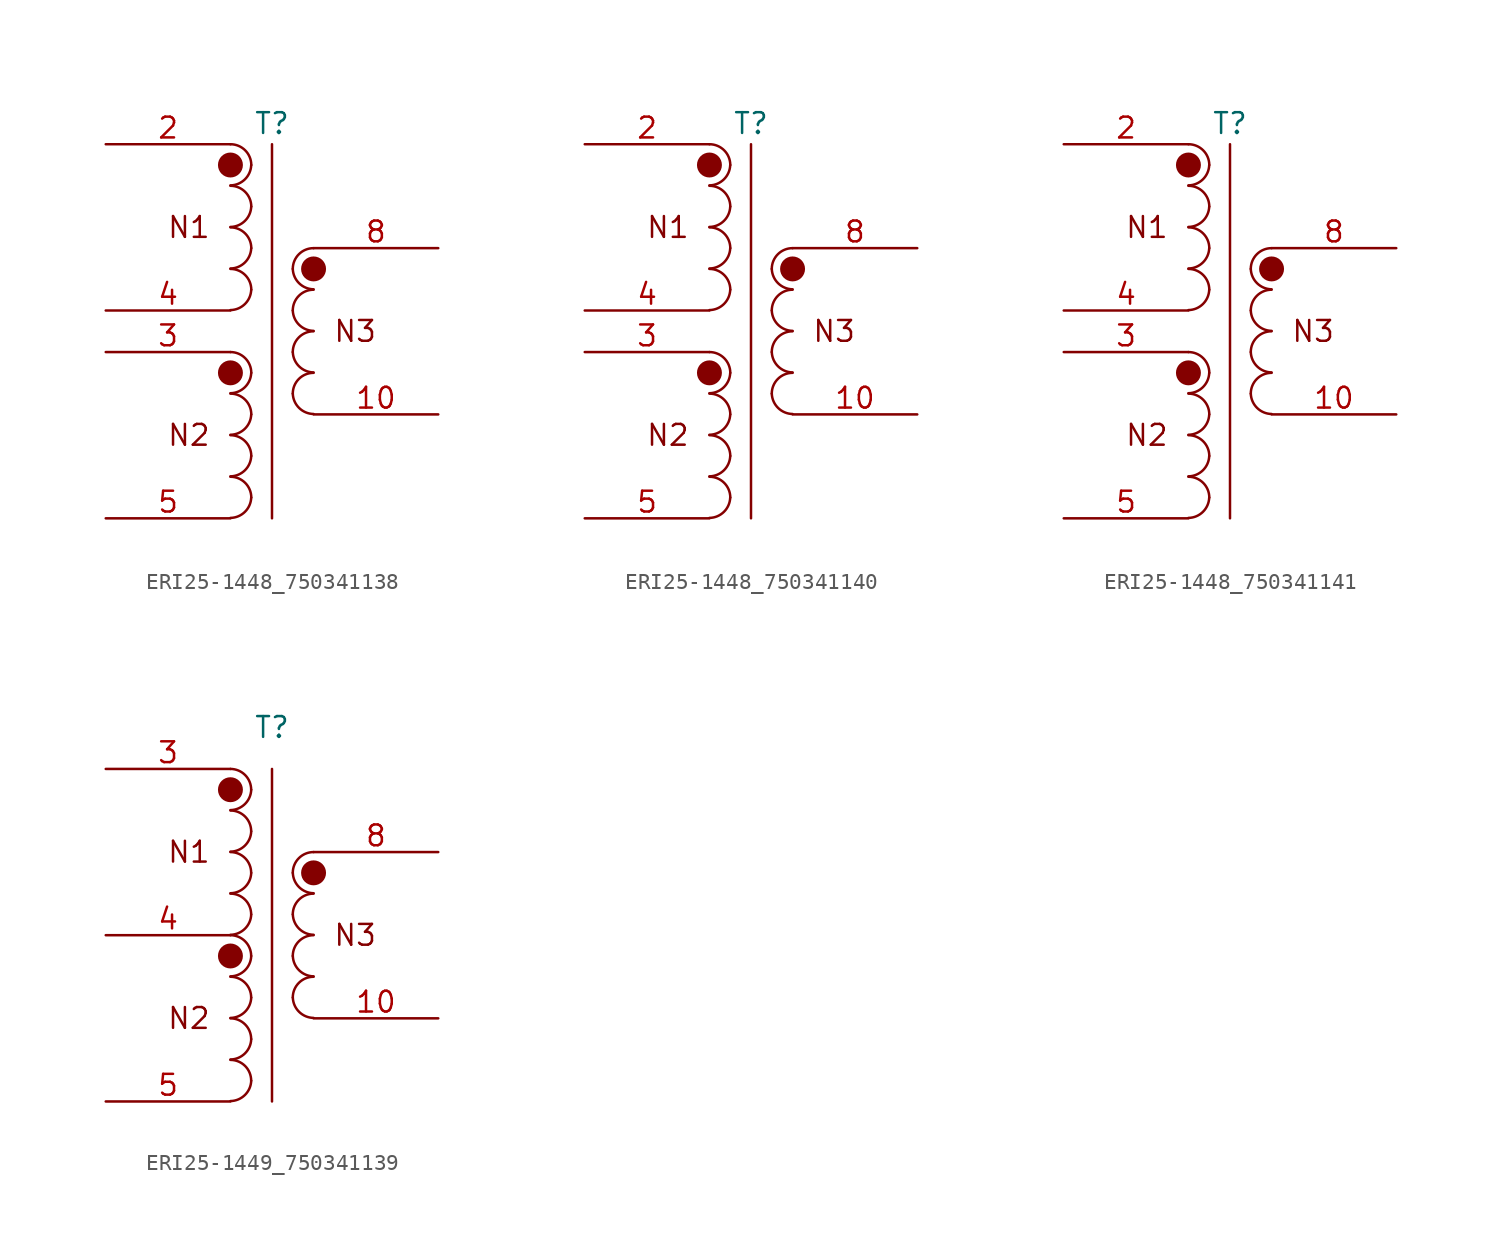
<source format=kicad_sym>
(kicad_symbol_lib
  (version 20220914)
  (generator kicad_symbol_editor)
  (symbol "ERI25-1448_750341138"
    (pin_names hide)
    (property "Reference" "T"
      (at 0 12.7 0)
      (effects (font (size 1.27 1.27))))
    (property "Critical Parameter" ""
      (at 0 -5.08 0)
      (effects (font (size 1.27 1.27))))
    (symbol "ERI25-1448_750341138_0_1"
      (arc (start -2.54 -11.4046) (mid -1.6561 -11.0363) (end -1.27 -10.16) (stroke (width 0) (type default)) (fill (type none)))
      (arc (start -2.54 -8.8646) (mid -1.6561 -8.4963) (end -1.27 -7.62) (stroke (width 0) (type default)) (fill (type none)))
      (arc (start -2.54 -6.3246) (mid -1.6561 -5.9563) (end -1.27 -5.08) (stroke (width 0) (type default)) (fill (type none)))
      (arc (start -2.54 -3.7846) (mid -1.6561 -3.4163) (end -1.27 -2.54) (stroke (width 0) (type default)) (fill (type none)))
      (arc (start -2.54 1.2954) (mid -1.6561 1.6637) (end -1.27 2.54) (stroke (width 0) (type default)) (fill (type none)))
      (arc (start -2.54 3.8354) (mid -1.6561 4.2037) (end -1.27 5.08) (stroke (width 0) (type default)) (fill (type none)))
      (arc (start -2.54 6.3754) (mid -1.6561 6.7437) (end -1.27 7.62) (stroke (width 0) (type default)) (fill (type none)))
      (arc (start -2.54 8.9154) (mid -1.6561 9.2837) (end -1.27 10.16) (stroke (width 0) (type default)) (fill (type none)))
      (arc (start -1.27 -10.16) (mid -1.642 -9.262) (end -2.54 -8.89) (stroke (width 0) (type default)) (fill (type none)))
      (arc (start -1.27 -7.62) (mid -1.642 -6.722) (end -2.54 -6.35) (stroke (width 0) (type default)) (fill (type none)))
      (arc (start -1.27 -5.08) (mid -1.642 -4.182) (end -2.54 -3.81) (stroke (width 0) (type default)) (fill (type none)))
      (arc (start -1.27 -2.54) (mid -1.642 -1.642) (end -2.54 -1.27) (stroke (width 0) (type default)) (fill (type none)))
      (arc (start -1.27 2.54) (mid -1.642 3.438) (end -2.54 3.81) (stroke (width 0) (type default)) (fill (type none)))
      (arc (start -1.27 5.08) (mid -1.642 5.978) (end -2.54 6.35) (stroke (width 0) (type default)) (fill (type none)))
      (arc (start -1.27 7.62) (mid -1.642 8.518) (end -2.54 8.89) (stroke (width 0) (type default)) (fill (type none)))
      (arc (start -1.27 10.16) (mid -1.642 11.058) (end -2.54 11.43) (stroke (width 0) (type default)) (fill (type none)))
      (polyline (pts (xy 0 -11.43) (xy 0 11.43)) (stroke (width 0) (type default)) (fill (type none)))
      (arc (start 1.27 -3.81) (mid 1.6561 -4.6863) (end 2.54 -5.0546) (stroke (width 0) (type default)) (fill (type none)))
      (arc (start 1.27 -1.27) (mid 1.6561 -2.1463) (end 2.54 -2.5146) (stroke (width 0) (type default)) (fill (type none)))
      (arc (start 1.27 1.27) (mid 1.6561 0.3937) (end 2.54 0.0254) (stroke (width 0) (type default)) (fill (type none)))
      (arc (start 1.27 3.81) (mid 1.6561 2.9337) (end 2.54 2.5654) (stroke (width 0) (type default)) (fill (type none)))
      (arc (start 2.54 -2.54) (mid 1.642 -2.912) (end 1.27 -3.81) (stroke (width 0) (type default)) (fill (type none)))
      (arc (start 2.54 0) (mid 1.642 -0.372) (end 1.27 -1.27) (stroke (width 0) (type default)) (fill (type none)))
      (arc (start 2.54 2.54) (mid 1.642 2.168) (end 1.27 1.27) (stroke (width 0) (type default)) (fill (type none)))
      (arc (start 2.54 5.08) (mid 1.642 4.708) (end 1.27 3.81) (stroke (width 0) (type default)) (fill (type none))))
    (symbol "ERI25-1448_750341138_1_1"
      (circle (center -2.54 -2.54) (radius 0.0001) (stroke (width 0.762) (type default)) (fill (type none)))
      (circle (center -2.54 10.16) (radius 0.0001) (stroke (width 0.762) (type default)) (fill (type none)))
      (circle (center 2.54 3.81) (radius 0.0001) (stroke (width 0.762) (type default)) (fill (type none)))
      (text "N1" (at -5.08 6.35 0) (effects (font (size 1.27 1.27))))
      (text "N2" (at -5.08 -6.35 0) (effects (font (size 1.27 1.27))))
      (text "N3" (at 5.08 0 0) (effects (font (size 1.27 1.27))))
      (pin passive line (at 10.16 -5.08 180) (length 7.62) (name "10" (effects (font (size 1.27 1.27)))) (number "10" (effects (font (size 1.27 1.27)))))
      (pin passive line (at -10.16 11.43 0) (length 7.62) (name "2" (effects (font (size 1.27 1.27)))) (number "2" (effects (font (size 1.27 1.27)))))
      (pin passive line (at -10.16 -1.27 0) (length 7.62) (name "3" (effects (font (size 1.27 1.27)))) (number "3" (effects (font (size 1.27 1.27)))))
      (pin passive line (at -10.16 1.27 0) (length 7.62) (name "4" (effects (font (size 1.27 1.27)))) (number "4" (effects (font (size 1.27 1.27)))))
      (pin passive line (at -10.16 -11.43 0) (length 7.62) (name "5" (effects (font (size 1.27 1.27)))) (number "5" (effects (font (size 1.27 1.27)))))
      (pin passive line (at 10.16 5.08 180) (length 7.62) (name "8" (effects (font (size 1.27 1.27)))) (number "8" (effects (font (size 1.27 1.27)))))))
  (symbol "ERI25-1448_750341140"
    (pin_names hide)
    (property "Reference" "T"
      (at 0 12.7 0)
      (effects (font (size 1.27 1.27))))
    (property "Critical Parameter" ""
      (at 0 -5.08 0)
      (effects (font (size 1.27 1.27))))
    (symbol "ERI25-1448_750341140_0_1"
      (arc (start -2.54 -11.4046) (mid -1.6561 -11.0363) (end -1.27 -10.16) (stroke (width 0) (type default)) (fill (type none)))
      (arc (start -2.54 -8.8646) (mid -1.6561 -8.4963) (end -1.27 -7.62) (stroke (width 0) (type default)) (fill (type none)))
      (arc (start -2.54 -6.3246) (mid -1.6561 -5.9563) (end -1.27 -5.08) (stroke (width 0) (type default)) (fill (type none)))
      (arc (start -2.54 -3.7846) (mid -1.6561 -3.4163) (end -1.27 -2.54) (stroke (width 0) (type default)) (fill (type none)))
      (arc (start -2.54 1.2954) (mid -1.6561 1.6637) (end -1.27 2.54) (stroke (width 0) (type default)) (fill (type none)))
      (arc (start -2.54 3.8354) (mid -1.6561 4.2037) (end -1.27 5.08) (stroke (width 0) (type default)) (fill (type none)))
      (arc (start -2.54 6.3754) (mid -1.6561 6.7437) (end -1.27 7.62) (stroke (width 0) (type default)) (fill (type none)))
      (arc (start -2.54 8.9154) (mid -1.6561 9.2837) (end -1.27 10.16) (stroke (width 0) (type default)) (fill (type none)))
      (arc (start -1.27 -10.16) (mid -1.642 -9.262) (end -2.54 -8.89) (stroke (width 0) (type default)) (fill (type none)))
      (arc (start -1.27 -7.62) (mid -1.642 -6.722) (end -2.54 -6.35) (stroke (width 0) (type default)) (fill (type none)))
      (arc (start -1.27 -5.08) (mid -1.642 -4.182) (end -2.54 -3.81) (stroke (width 0) (type default)) (fill (type none)))
      (arc (start -1.27 -2.54) (mid -1.642 -1.642) (end -2.54 -1.27) (stroke (width 0) (type default)) (fill (type none)))
      (arc (start -1.27 2.54) (mid -1.642 3.438) (end -2.54 3.81) (stroke (width 0) (type default)) (fill (type none)))
      (arc (start -1.27 5.08) (mid -1.642 5.978) (end -2.54 6.35) (stroke (width 0) (type default)) (fill (type none)))
      (arc (start -1.27 7.62) (mid -1.642 8.518) (end -2.54 8.89) (stroke (width 0) (type default)) (fill (type none)))
      (arc (start -1.27 10.16) (mid -1.642 11.058) (end -2.54 11.43) (stroke (width 0) (type default)) (fill (type none)))
      (polyline (pts (xy 0 -11.43) (xy 0 11.43)) (stroke (width 0) (type default)) (fill (type none)))
      (arc (start 1.27 -3.81) (mid 1.6561 -4.6863) (end 2.54 -5.0546) (stroke (width 0) (type default)) (fill (type none)))
      (arc (start 1.27 -1.27) (mid 1.6561 -2.1463) (end 2.54 -2.5146) (stroke (width 0) (type default)) (fill (type none)))
      (arc (start 1.27 1.27) (mid 1.6561 0.3937) (end 2.54 0.0254) (stroke (width 0) (type default)) (fill (type none)))
      (arc (start 1.27 3.81) (mid 1.6561 2.9337) (end 2.54 2.5654) (stroke (width 0) (type default)) (fill (type none)))
      (arc (start 2.54 -2.54) (mid 1.642 -2.912) (end 1.27 -3.81) (stroke (width 0) (type default)) (fill (type none)))
      (arc (start 2.54 0) (mid 1.642 -0.372) (end 1.27 -1.27) (stroke (width 0) (type default)) (fill (type none)))
      (arc (start 2.54 2.54) (mid 1.642 2.168) (end 1.27 1.27) (stroke (width 0) (type default)) (fill (type none)))
      (arc (start 2.54 5.08) (mid 1.642 4.708) (end 1.27 3.81) (stroke (width 0) (type default)) (fill (type none))))
    (symbol "ERI25-1448_750341140_1_1"
      (circle (center -2.54 -2.54) (radius 0.0001) (stroke (width 0.762) (type default)) (fill (type none)))
      (circle (center -2.54 10.16) (radius 0.0001) (stroke (width 0.762) (type default)) (fill (type none)))
      (circle (center 2.54 3.81) (radius 0.0001) (stroke (width 0.762) (type default)) (fill (type none)))
      (text "N1" (at -5.08 6.35 0) (effects (font (size 1.27 1.27))))
      (text "N2" (at -5.08 -6.35 0) (effects (font (size 1.27 1.27))))
      (text "N3" (at 5.08 0 0) (effects (font (size 1.27 1.27))))
      (pin passive line (at 10.16 -5.08 180) (length 7.62) (name "10" (effects (font (size 1.27 1.27)))) (number "10" (effects (font (size 1.27 1.27)))))
      (pin passive line (at -10.16 11.43 0) (length 7.62) (name "2" (effects (font (size 1.27 1.27)))) (number "2" (effects (font (size 1.27 1.27)))))
      (pin passive line (at -10.16 -1.27 0) (length 7.62) (name "3" (effects (font (size 1.27 1.27)))) (number "3" (effects (font (size 1.27 1.27)))))
      (pin passive line (at -10.16 1.27 0) (length 7.62) (name "4" (effects (font (size 1.27 1.27)))) (number "4" (effects (font (size 1.27 1.27)))))
      (pin passive line (at -10.16 -11.43 0) (length 7.62) (name "5" (effects (font (size 1.27 1.27)))) (number "5" (effects (font (size 1.27 1.27)))))
      (pin passive line (at 10.16 5.08 180) (length 7.62) (name "8" (effects (font (size 1.27 1.27)))) (number "8" (effects (font (size 1.27 1.27)))))))
  (symbol "ERI25-1448_750341141"
    (pin_names hide)
    (property "Reference" "T"
      (at 0 12.7 0)
      (effects (font (size 1.27 1.27))))
    (property "Critical Parameter" ""
      (at 0 -5.08 0)
      (effects (font (size 1.27 1.27))))
    (symbol "ERI25-1448_750341141_0_1"
      (arc (start -2.54 -11.4046) (mid -1.6561 -11.0363) (end -1.27 -10.16) (stroke (width 0) (type default)) (fill (type none)))
      (arc (start -2.54 -8.8646) (mid -1.6561 -8.4963) (end -1.27 -7.62) (stroke (width 0) (type default)) (fill (type none)))
      (arc (start -2.54 -6.3246) (mid -1.6561 -5.9563) (end -1.27 -5.08) (stroke (width 0) (type default)) (fill (type none)))
      (arc (start -2.54 -3.7846) (mid -1.6561 -3.4163) (end -1.27 -2.54) (stroke (width 0) (type default)) (fill (type none)))
      (arc (start -2.54 1.2954) (mid -1.6561 1.6637) (end -1.27 2.54) (stroke (width 0) (type default)) (fill (type none)))
      (arc (start -2.54 3.8354) (mid -1.6561 4.2037) (end -1.27 5.08) (stroke (width 0) (type default)) (fill (type none)))
      (arc (start -2.54 6.3754) (mid -1.6561 6.7437) (end -1.27 7.62) (stroke (width 0) (type default)) (fill (type none)))
      (arc (start -2.54 8.9154) (mid -1.6561 9.2837) (end -1.27 10.16) (stroke (width 0) (type default)) (fill (type none)))
      (arc (start -1.27 -10.16) (mid -1.642 -9.262) (end -2.54 -8.89) (stroke (width 0) (type default)) (fill (type none)))
      (arc (start -1.27 -7.62) (mid -1.642 -6.722) (end -2.54 -6.35) (stroke (width 0) (type default)) (fill (type none)))
      (arc (start -1.27 -5.08) (mid -1.642 -4.182) (end -2.54 -3.81) (stroke (width 0) (type default)) (fill (type none)))
      (arc (start -1.27 -2.54) (mid -1.642 -1.642) (end -2.54 -1.27) (stroke (width 0) (type default)) (fill (type none)))
      (arc (start -1.27 2.54) (mid -1.642 3.438) (end -2.54 3.81) (stroke (width 0) (type default)) (fill (type none)))
      (arc (start -1.27 5.08) (mid -1.642 5.978) (end -2.54 6.35) (stroke (width 0) (type default)) (fill (type none)))
      (arc (start -1.27 7.62) (mid -1.642 8.518) (end -2.54 8.89) (stroke (width 0) (type default)) (fill (type none)))
      (arc (start -1.27 10.16) (mid -1.642 11.058) (end -2.54 11.43) (stroke (width 0) (type default)) (fill (type none)))
      (polyline (pts (xy 0 -11.43) (xy 0 11.43)) (stroke (width 0) (type default)) (fill (type none)))
      (arc (start 1.27 -3.81) (mid 1.6561 -4.6863) (end 2.54 -5.0546) (stroke (width 0) (type default)) (fill (type none)))
      (arc (start 1.27 -1.27) (mid 1.6561 -2.1463) (end 2.54 -2.5146) (stroke (width 0) (type default)) (fill (type none)))
      (arc (start 1.27 1.27) (mid 1.6561 0.3937) (end 2.54 0.0254) (stroke (width 0) (type default)) (fill (type none)))
      (arc (start 1.27 3.81) (mid 1.6561 2.9337) (end 2.54 2.5654) (stroke (width 0) (type default)) (fill (type none)))
      (arc (start 2.54 -2.54) (mid 1.642 -2.912) (end 1.27 -3.81) (stroke (width 0) (type default)) (fill (type none)))
      (arc (start 2.54 0) (mid 1.642 -0.372) (end 1.27 -1.27) (stroke (width 0) (type default)) (fill (type none)))
      (arc (start 2.54 2.54) (mid 1.642 2.168) (end 1.27 1.27) (stroke (width 0) (type default)) (fill (type none)))
      (arc (start 2.54 5.08) (mid 1.642 4.708) (end 1.27 3.81) (stroke (width 0) (type default)) (fill (type none))))
    (symbol "ERI25-1448_750341141_1_1"
      (circle (center -2.54 -2.54) (radius 0.0001) (stroke (width 0.762) (type default)) (fill (type none)))
      (circle (center -2.54 10.16) (radius 0.0001) (stroke (width 0.762) (type default)) (fill (type none)))
      (circle (center 2.54 3.81) (radius 0.0001) (stroke (width 0.762) (type default)) (fill (type none)))
      (text "N1" (at -5.08 6.35 0) (effects (font (size 1.27 1.27))))
      (text "N2" (at -5.08 -6.35 0) (effects (font (size 1.27 1.27))))
      (text "N3" (at 5.08 0 0) (effects (font (size 1.27 1.27))))
      (pin passive line (at 10.16 -5.08 180) (length 7.62) (name "10" (effects (font (size 1.27 1.27)))) (number "10" (effects (font (size 1.27 1.27)))))
      (pin passive line (at -10.16 11.43 0) (length 7.62) (name "2" (effects (font (size 1.27 1.27)))) (number "2" (effects (font (size 1.27 1.27)))))
      (pin passive line (at -10.16 -1.27 0) (length 7.62) (name "3" (effects (font (size 1.27 1.27)))) (number "3" (effects (font (size 1.27 1.27)))))
      (pin passive line (at -10.16 1.27 0) (length 7.62) (name "4" (effects (font (size 1.27 1.27)))) (number "4" (effects (font (size 1.27 1.27)))))
      (pin passive line (at -10.16 -11.43 0) (length 7.62) (name "5" (effects (font (size 1.27 1.27)))) (number "5" (effects (font (size 1.27 1.27)))))
      (pin passive line (at 10.16 5.08 180) (length 7.62) (name "8" (effects (font (size 1.27 1.27)))) (number "8" (effects (font (size 1.27 1.27)))))))
  (symbol "ERI25-1449_750341139"
    (pin_names hide)
    (property "Reference" "T"
      (at 0 12.7 0)
      (effects (font (size 1.27 1.27))))
    (property "Critical Parameter" ""
      (at 0 -5.08 0)
      (effects (font (size 1.27 1.27))))
    (symbol "ERI25-1449_750341139_0_1"
      (arc (start -2.54 -10.1346) (mid -1.6561 -9.7663) (end -1.27 -8.89) (stroke (width 0) (type default)) (fill (type none)))
      (arc (start -2.54 -7.5946) (mid -1.6561 -7.2263) (end -1.27 -6.35) (stroke (width 0) (type default)) (fill (type none)))
      (arc (start -2.54 -5.0546) (mid -1.6561 -4.6863) (end -1.27 -3.81) (stroke (width 0) (type default)) (fill (type none)))
      (arc (start -2.54 -2.5146) (mid -1.6561 -2.1463) (end -1.27 -1.27) (stroke (width 0) (type default)) (fill (type none)))
      (arc (start -2.54 0.0254) (mid -1.6561 0.3937) (end -1.27 1.27) (stroke (width 0) (type default)) (fill (type none)))
      (arc (start -2.54 2.5654) (mid -1.6561 2.9337) (end -1.27 3.81) (stroke (width 0) (type default)) (fill (type none)))
      (arc (start -2.54 5.1054) (mid -1.6561 5.4737) (end -1.27 6.35) (stroke (width 0) (type default)) (fill (type none)))
      (arc (start -2.54 7.6454) (mid -1.6561 8.0137) (end -1.27 8.89) (stroke (width 0) (type default)) (fill (type none)))
      (arc (start -1.27 -8.89) (mid -1.642 -7.992) (end -2.54 -7.62) (stroke (width 0) (type default)) (fill (type none)))
      (arc (start -1.27 -6.35) (mid -1.642 -5.452) (end -2.54 -5.08) (stroke (width 0) (type default)) (fill (type none)))
      (arc (start -1.27 -3.81) (mid -1.642 -2.912) (end -2.54 -2.54) (stroke (width 0) (type default)) (fill (type none)))
      (arc (start -1.27 -1.27) (mid -1.642 -0.372) (end -2.54 0) (stroke (width 0) (type default)) (fill (type none)))
      (arc (start -1.27 1.27) (mid -1.642 2.168) (end -2.54 2.54) (stroke (width 0) (type default)) (fill (type none)))
      (arc (start -1.27 3.81) (mid -1.642 4.708) (end -2.54 5.08) (stroke (width 0) (type default)) (fill (type none)))
      (arc (start -1.27 6.35) (mid -1.642 7.248) (end -2.54 7.62) (stroke (width 0) (type default)) (fill (type none)))
      (arc (start -1.27 8.89) (mid -1.642 9.788) (end -2.54 10.16) (stroke (width 0) (type default)) (fill (type none)))
      (polyline (pts (xy 0 -10.16) (xy 0 10.16)) (stroke (width 0) (type default)) (fill (type none)))
      (arc (start 1.27 -3.81) (mid 1.6561 -4.6863) (end 2.54 -5.0546) (stroke (width 0) (type default)) (fill (type none)))
      (arc (start 1.27 -1.27) (mid 1.6561 -2.1463) (end 2.54 -2.5146) (stroke (width 0) (type default)) (fill (type none)))
      (arc (start 1.27 1.27) (mid 1.6561 0.3937) (end 2.54 0.0254) (stroke (width 0) (type default)) (fill (type none)))
      (arc (start 1.27 3.81) (mid 1.6561 2.9337) (end 2.54 2.5654) (stroke (width 0) (type default)) (fill (type none)))
      (arc (start 2.54 -2.54) (mid 1.642 -2.912) (end 1.27 -3.81) (stroke (width 0) (type default)) (fill (type none)))
      (arc (start 2.54 0) (mid 1.642 -0.372) (end 1.27 -1.27) (stroke (width 0) (type default)) (fill (type none)))
      (arc (start 2.54 2.54) (mid 1.642 2.168) (end 1.27 1.27) (stroke (width 0) (type default)) (fill (type none)))
      (arc (start 2.54 5.08) (mid 1.642 4.708) (end 1.27 3.81) (stroke (width 0) (type default)) (fill (type none))))
    (symbol "ERI25-1449_750341139_1_1"
      (circle (center -2.54 -1.27) (radius 0.0001) (stroke (width 0.762) (type default)) (fill (type none)))
      (circle (center -2.54 8.89) (radius 0.0001) (stroke (width 0.762) (type default)) (fill (type none)))
      (circle (center 2.54 3.81) (radius 0.0001) (stroke (width 0.762) (type default)) (fill (type none)))
      (text "N1" (at -5.08 5.08 0) (effects (font (size 1.27 1.27))))
      (text "N2" (at -5.08 -5.08 0) (effects (font (size 1.27 1.27))))
      (text "N3" (at 5.08 0 0) (effects (font (size 1.27 1.27))))
      (pin passive line (at 10.16 -5.08 180) (length 7.62) (name "10" (effects (font (size 1.27 1.27)))) (number "10" (effects (font (size 1.27 1.27)))))
      (pin passive line (at -10.16 10.16 0) (length 7.62) (name "3" (effects (font (size 1.27 1.27)))) (number "3" (effects (font (size 1.27 1.27)))))
      (pin passive line (at -10.16 0 0) (length 7.62) (name "4" (effects (font (size 1.27 1.27)))) (number "4" (effects (font (size 1.27 1.27)))))
      (pin passive line (at -10.16 -10.16 0) (length 7.62) (name "5" (effects (font (size 1.27 1.27)))) (number "5" (effects (font (size 1.27 1.27)))))
      (pin passive line (at 10.16 5.08 180) (length 7.62) (name "8" (effects (font (size 1.27 1.27)))) (number "8" (effects (font (size 1.27 1.27))))))))
</source>
